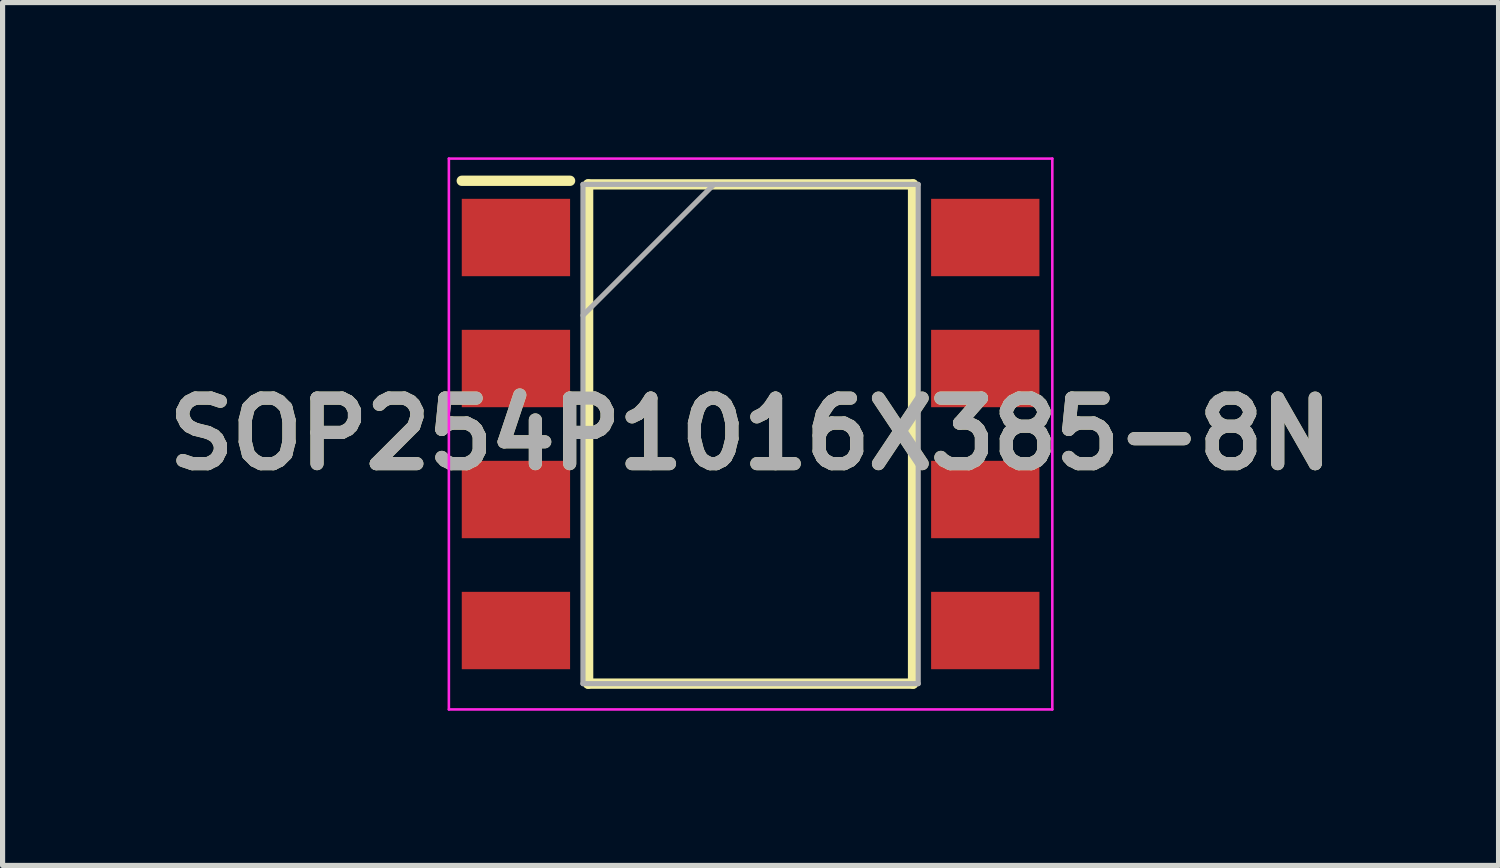
<source format=kicad_pcb>
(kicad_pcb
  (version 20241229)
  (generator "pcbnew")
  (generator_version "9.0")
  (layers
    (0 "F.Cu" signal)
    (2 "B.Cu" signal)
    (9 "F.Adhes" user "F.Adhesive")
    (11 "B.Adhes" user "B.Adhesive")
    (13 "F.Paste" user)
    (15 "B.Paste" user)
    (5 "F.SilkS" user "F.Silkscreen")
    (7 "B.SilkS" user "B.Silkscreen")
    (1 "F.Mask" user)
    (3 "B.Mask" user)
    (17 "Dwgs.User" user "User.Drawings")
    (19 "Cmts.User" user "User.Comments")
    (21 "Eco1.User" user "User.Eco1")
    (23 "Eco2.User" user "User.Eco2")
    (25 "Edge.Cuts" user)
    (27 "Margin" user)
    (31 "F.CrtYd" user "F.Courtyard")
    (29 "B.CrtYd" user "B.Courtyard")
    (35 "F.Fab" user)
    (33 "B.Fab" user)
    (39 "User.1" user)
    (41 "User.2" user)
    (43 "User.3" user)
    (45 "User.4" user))
  (footprint "SOP254P1016X385-8N"
    (layer "F.Cu")
    (at 11.503 5.365)
    (property "Reference" "SOP254P1016X385-8N" (at 0 0 0) (layer "F.SilkS") (effects (font (size 1.27 1.27) (thickness 0.254))))
    (attr smd)
    (fp_line (start -5.6 -4.91) (end -3.5 -4.91) (stroke (width 0.2) (type solid)) (layer "F.SilkS"))
    (fp_line (start -3.15 -4.84) (end 3.15 -4.84) (stroke (width 0.2) (type solid)) (layer "F.SilkS"))
    (fp_line (start -3.15 4.84) (end -3.15 -4.84) (stroke (width 0.2) (type solid)) (layer "F.SilkS"))
    (fp_line (start 3.15 -4.84) (end 3.15 4.84) (stroke (width 0.2) (type solid)) (layer "F.SilkS"))
    (fp_line (start 3.15 4.84) (end -3.15 4.84) (stroke (width 0.2) (type solid)) (layer "F.SilkS"))
    (fp_line (start -5.85 -5.34) (end 5.85 -5.34) (stroke (width 0.05) (type solid)) (layer "F.CrtYd"))
    (fp_line (start -5.85 5.34) (end -5.85 -5.34) (stroke (width 0.05) (type solid)) (layer "F.CrtYd"))
    (fp_line (start 5.85 -5.34) (end 5.85 5.34) (stroke (width 0.05) (type solid)) (layer "F.CrtYd"))
    (fp_line (start 5.85 5.34) (end -5.85 5.34) (stroke (width 0.05) (type solid)) (layer "F.CrtYd"))
    (fp_line (start -3.25 -4.84) (end 3.25 -4.84) (stroke (width 0.1) (type solid)) (layer "F.Fab"))
    (fp_line (start -3.25 -2.3) (end -0.71 -4.84) (stroke (width 0.1) (type solid)) (layer "F.Fab"))
    (fp_line (start -3.25 4.84) (end -3.25 -4.84) (stroke (width 0.1) (type solid)) (layer "F.Fab"))
    (fp_line (start 3.25 -4.84) (end 3.25 4.84) (stroke (width 0.1) (type solid)) (layer "F.Fab"))
    (fp_line (start 3.25 4.84) (end -3.25 4.84) (stroke (width 0.1) (type solid)) (layer "F.Fab"))
    (fp_text user "${REFERENCE}" (at 0 0 0) (layer "F.Fab") (effects (font (size 1.27 1.27) (thickness 0.254))))
    (pad "1" smd rect (at -4.55 -3.81 90) (size 1.5 2.1) (layers "F.Cu" "F.Mask" "F.Paste"))
    (pad "2" smd rect (at -4.55 -1.27 90) (size 1.5 2.1) (layers "F.Cu" "F.Mask" "F.Paste"))
    (pad "3" smd rect (at -4.55 1.27 90) (size 1.5 2.1) (layers "F.Cu" "F.Mask" "F.Paste"))
    (pad "4" smd rect (at -4.55 3.81 90) (size 1.5 2.1) (layers "F.Cu" "F.Mask" "F.Paste"))
    (pad "5" smd rect (at 4.55 3.81 90) (size 1.5 2.1) (layers "F.Cu" "F.Mask" "F.Paste"))
    (pad "6" smd rect (at 4.55 1.27 90) (size 1.5 2.1) (layers "F.Cu" "F.Mask" "F.Paste"))
    (pad "7" smd rect (at 4.55 -1.27 90) (size 1.5 2.1) (layers "F.Cu" "F.Mask" "F.Paste"))
    (pad "8" smd rect (at 4.55 -3.81 90) (size 1.5 2.1) (layers "F.Cu" "F.Mask" "F.Paste")))
  (gr_rect
    (start -3 -3)
    (end 26.005 13.73)
    (stroke (width 0.1) (type default))
    (fill no)
    (layer "Edge.Cuts")))
</source>
